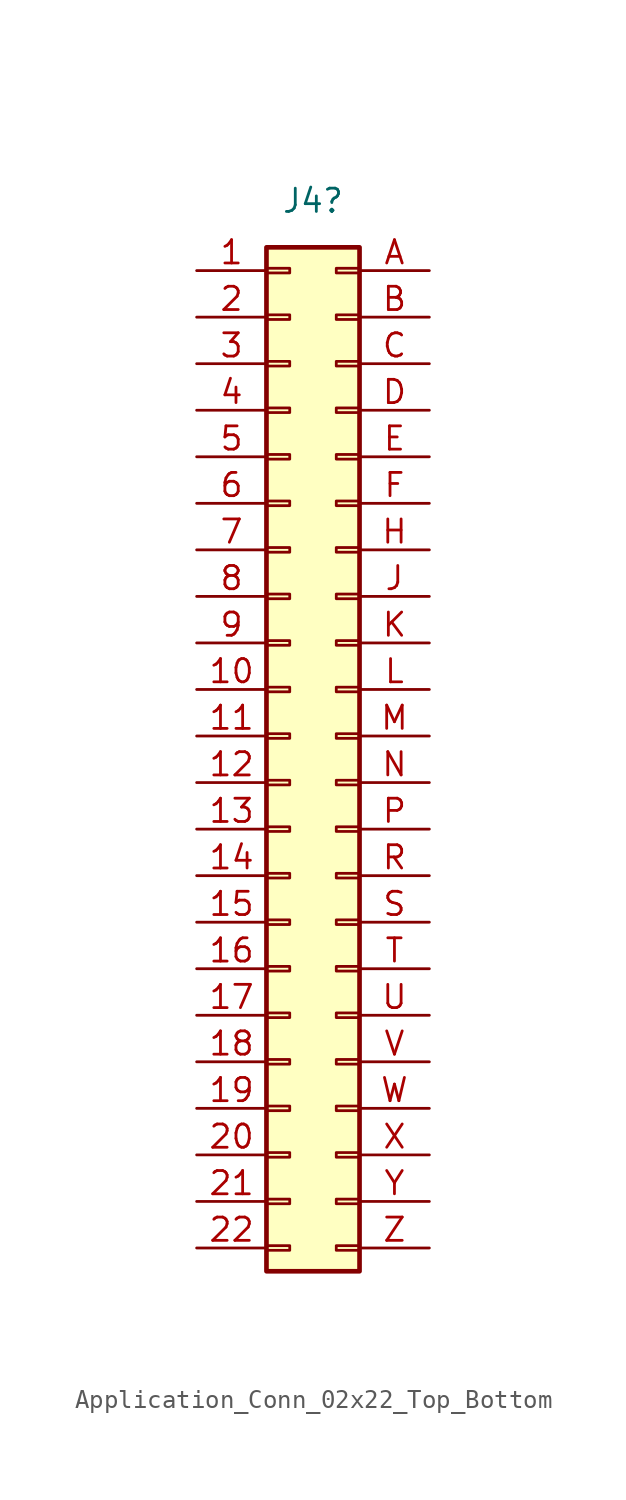
<source format=kicad_sym>
(kicad_symbol_lib
  (version 20231120)
  (generator "kicad_symbol_editor")
  (generator_version "8.0")
  (symbol "Application_Conn_02x22_Top_Bottom"
    (pin_names
      (offset 1.016) hide)
    (property "Reference" "J4"
      (at 1.27 29.21 0)
      (effects (font (size 1.27 1.27))))
    (symbol "Application_Conn_02x22_Top_Bottom_1_1"
      (rectangle (start -1.27 -27.813) (end 0 -28.067) (stroke (width 0.152) (type default)) (fill (type none)))
      (rectangle (start -1.27 -25.273) (end 0 -25.527) (stroke (width 0.152) (type default)) (fill (type none)))
      (rectangle (start -1.27 -22.733) (end 0 -22.987) (stroke (width 0.152) (type default)) (fill (type none)))
      (rectangle (start -1.27 -20.193) (end 0 -20.447) (stroke (width 0.152) (type default)) (fill (type none)))
      (rectangle (start -1.27 -17.653) (end 0 -17.907) (stroke (width 0.152) (type default)) (fill (type none)))
      (rectangle (start -1.27 -15.113) (end 0 -15.367) (stroke (width 0.152) (type default)) (fill (type none)))
      (rectangle (start -1.27 -12.573) (end 0 -12.827) (stroke (width 0.152) (type default)) (fill (type none)))
      (rectangle (start -1.27 -10.033) (end 0 -10.287) (stroke (width 0.152) (type default)) (fill (type none)))
      (rectangle (start -1.27 -7.493) (end 0 -7.747) (stroke (width 0.152) (type default)) (fill (type none)))
      (rectangle (start -1.27 -4.953) (end 0 -5.207) (stroke (width 0.152) (type default)) (fill (type none)))
      (rectangle (start -1.27 -2.413) (end 0 -2.667) (stroke (width 0.152) (type default)) (fill (type none)))
      (rectangle (start -1.27 0.127) (end 0 -0.127) (stroke (width 0.152) (type default)) (fill (type none)))
      (rectangle (start -1.27 2.667) (end 0 2.413) (stroke (width 0.152) (type default)) (fill (type none)))
      (rectangle (start -1.27 5.207) (end 0 4.953) (stroke (width 0.152) (type default)) (fill (type none)))
      (rectangle (start -1.27 7.747) (end 0 7.493) (stroke (width 0.152) (type default)) (fill (type none)))
      (rectangle (start -1.27 10.287) (end 0 10.033) (stroke (width 0.152) (type default)) (fill (type none)))
      (rectangle (start -1.27 12.827) (end 0 12.573) (stroke (width 0.152) (type default)) (fill (type none)))
      (rectangle (start -1.27 15.367) (end 0 15.113) (stroke (width 0.152) (type default)) (fill (type none)))
      (rectangle (start -1.27 17.907) (end 0 17.653) (stroke (width 0.152) (type default)) (fill (type none)))
      (rectangle (start -1.27 20.447) (end 0 20.193) (stroke (width 0.152) (type default)) (fill (type none)))
      (rectangle (start -1.27 22.987) (end 0 22.733) (stroke (width 0.152) (type default)) (fill (type none)))
      (rectangle (start -1.27 25.527) (end 0 25.273) (stroke (width 0.152) (type default)) (fill (type none)))
      (rectangle (start -1.27 26.67) (end 3.81 -29.21) (stroke (width 0.254) (type default)) (fill (type background)))
      (rectangle (start 3.81 -27.813) (end 2.54 -28.067) (stroke (width 0.152) (type default)) (fill (type none)))
      (rectangle (start 3.81 -25.273) (end 2.54 -25.527) (stroke (width 0.152) (type default)) (fill (type none)))
      (rectangle (start 3.81 -22.733) (end 2.54 -22.987) (stroke (width 0.152) (type default)) (fill (type none)))
      (rectangle (start 3.81 -20.193) (end 2.54 -20.447) (stroke (width 0.152) (type default)) (fill (type none)))
      (rectangle (start 3.81 -17.653) (end 2.54 -17.907) (stroke (width 0.152) (type default)) (fill (type none)))
      (rectangle (start 3.81 -15.113) (end 2.54 -15.367) (stroke (width 0.152) (type default)) (fill (type none)))
      (rectangle (start 3.81 -12.573) (end 2.54 -12.827) (stroke (width 0.152) (type default)) (fill (type none)))
      (rectangle (start 3.81 -10.033) (end 2.54 -10.287) (stroke (width 0.152) (type default)) (fill (type none)))
      (rectangle (start 3.81 -7.493) (end 2.54 -7.747) (stroke (width 0.152) (type default)) (fill (type none)))
      (rectangle (start 3.81 -4.953) (end 2.54 -5.207) (stroke (width 0.152) (type default)) (fill (type none)))
      (rectangle (start 3.81 -2.413) (end 2.54 -2.667) (stroke (width 0.152) (type default)) (fill (type none)))
      (rectangle (start 3.81 0.127) (end 2.54 -0.127) (stroke (width 0.152) (type default)) (fill (type none)))
      (rectangle (start 3.81 2.667) (end 2.54 2.413) (stroke (width 0.152) (type default)) (fill (type none)))
      (rectangle (start 3.81 5.207) (end 2.54 4.953) (stroke (width 0.152) (type default)) (fill (type none)))
      (rectangle (start 3.81 7.747) (end 2.54 7.493) (stroke (width 0.152) (type default)) (fill (type none)))
      (rectangle (start 3.81 10.287) (end 2.54 10.033) (stroke (width 0.152) (type default)) (fill (type none)))
      (rectangle (start 3.81 12.827) (end 2.54 12.573) (stroke (width 0.152) (type default)) (fill (type none)))
      (rectangle (start 3.81 15.367) (end 2.54 15.113) (stroke (width 0.152) (type default)) (fill (type none)))
      (rectangle (start 3.81 17.907) (end 2.54 17.653) (stroke (width 0.152) (type default)) (fill (type none)))
      (rectangle (start 3.81 20.447) (end 2.54 20.193) (stroke (width 0.152) (type default)) (fill (type none)))
      (rectangle (start 3.81 22.987) (end 2.54 22.733) (stroke (width 0.152) (type default)) (fill (type none)))
      (rectangle (start 3.81 25.527) (end 2.54 25.273) (stroke (width 0.152) (type default)) (fill (type none)))
      (pin power_out line (at -5.08 25.4 0) (length 3.81) (name "Pin_1" (effects (font (size 1.27 1.27)))) (number "1" (effects (font (size 1.27 1.27)))))
      (pin bidirectional line (at -5.08 2.54 0) (length 3.81) (name "Pin_10" (effects (font (size 1.27 1.27)))) (number "10" (effects (font (size 1.27 1.27)))))
      (pin bidirectional line (at -5.08 0 0) (length 3.81) (name "Pin_11" (effects (font (size 1.27 1.27)))) (number "11" (effects (font (size 1.27 1.27)))))
      (pin bidirectional line (at -5.08 -2.54 0) (length 3.81) (name "Pin_12" (effects (font (size 1.27 1.27)))) (number "12" (effects (font (size 1.27 1.27)))))
      (pin bidirectional line (at -5.08 -5.08 0) (length 3.81) (name "Pin_13" (effects (font (size 1.27 1.27)))) (number "13" (effects (font (size 1.27 1.27)))))
      (pin bidirectional line (at -5.08 -7.62 0) (length 3.81) (name "Pin_14" (effects (font (size 1.27 1.27)))) (number "14" (effects (font (size 1.27 1.27)))))
      (pin bidirectional line (at -5.08 -10.16 0) (length 3.81) (name "Pin_15" (effects (font (size 1.27 1.27)))) (number "15" (effects (font (size 1.27 1.27)))))
      (pin bidirectional line (at -5.08 -12.7 0) (length 3.81) (name "Pin_16" (effects (font (size 1.27 1.27)))) (number "16" (effects (font (size 1.27 1.27)))))
      (pin bidirectional line (at -5.08 -15.24 0) (length 3.81) (name "Pin_17" (effects (font (size 1.27 1.27)))) (number "17" (effects (font (size 1.27 1.27)))))
      (pin bidirectional line (at -5.08 -17.78 0) (length 3.81) (name "Pin_18" (effects (font (size 1.27 1.27)))) (number "18" (effects (font (size 1.27 1.27)))))
      (pin bidirectional line (at -5.08 -20.32 0) (length 3.81) (name "Pin_19" (effects (font (size 1.27 1.27)))) (number "19" (effects (font (size 1.27 1.27)))))
      (pin bidirectional line (at -5.08 22.86 0) (length 3.81) (name "Pin_2" (effects (font (size 1.27 1.27)))) (number "2" (effects (font (size 1.27 1.27)))))
      (pin bidirectional line (at -5.08 -22.86 0) (length 3.81) (name "Pin_20" (effects (font (size 1.27 1.27)))) (number "20" (effects (font (size 1.27 1.27)))))
      (pin bidirectional line (at -5.08 -25.4 0) (length 3.81) (name "Pin_21" (effects (font (size 1.27 1.27)))) (number "21" (effects (font (size 1.27 1.27)))))
      (pin bidirectional line (at -5.08 -27.94 0) (length 3.81) (name "Pin_22" (effects (font (size 1.27 1.27)))) (number "22" (effects (font (size 1.27 1.27)))))
      (pin bidirectional line (at -5.08 20.32 0) (length 3.81) (name "Pin_3" (effects (font (size 1.27 1.27)))) (number "3" (effects (font (size 1.27 1.27)))))
      (pin bidirectional line (at -5.08 17.78 0) (length 3.81) (name "Pin_4" (effects (font (size 1.27 1.27)))) (number "4" (effects (font (size 1.27 1.27)))))
      (pin bidirectional line (at -5.08 15.24 0) (length 3.81) (name "Pin_5" (effects (font (size 1.27 1.27)))) (number "5" (effects (font (size 1.27 1.27)))))
      (pin bidirectional line (at -5.08 12.7 0) (length 3.81) (name "Pin_6" (effects (font (size 1.27 1.27)))) (number "6" (effects (font (size 1.27 1.27)))))
      (pin bidirectional line (at -5.08 10.16 0) (length 3.81) (name "Pin_7" (effects (font (size 1.27 1.27)))) (number "7" (effects (font (size 1.27 1.27)))))
      (pin bidirectional line (at -5.08 7.62 0) (length 3.81) (name "Pin_8" (effects (font (size 1.27 1.27)))) (number "8" (effects (font (size 1.27 1.27)))))
      (pin bidirectional line (at -5.08 5.08 0) (length 3.81) (name "Pin_9" (effects (font (size 1.27 1.27)))) (number "9" (effects (font (size 1.27 1.27)))))
      (pin bidirectional line (at 7.62 25.4 180) (length 3.81) (name "Pin_A" (effects (font (size 1.27 1.27)))) (number "A" (effects (font (size 1.27 1.27)))))
      (pin bidirectional line (at 7.62 22.86 180) (length 3.81) (name "Pin_B" (effects (font (size 1.27 1.27)))) (number "B" (effects (font (size 1.27 1.27)))))
      (pin bidirectional line (at 7.62 20.32 180) (length 3.81) (name "Pin_C" (effects (font (size 1.27 1.27)))) (number "C" (effects (font (size 1.27 1.27)))))
      (pin bidirectional line (at 7.62 17.78 180) (length 3.81) (name "Pin_D" (effects (font (size 1.27 1.27)))) (number "D" (effects (font (size 1.27 1.27)))))
      (pin bidirectional line (at 7.62 15.24 180) (length 3.81) (name "Pin_E" (effects (font (size 1.27 1.27)))) (number "E" (effects (font (size 1.27 1.27)))))
      (pin bidirectional line (at 7.62 12.7 180) (length 3.81) (name "Pin_F" (effects (font (size 1.27 1.27)))) (number "F" (effects (font (size 1.27 1.27)))))
      (pin bidirectional line (at 7.62 10.16 180) (length 3.81) (name "Pin_H" (effects (font (size 1.27 1.27)))) (number "H" (effects (font (size 1.27 1.27)))))
      (pin bidirectional line (at 7.62 7.62 180) (length 3.81) (name "Pin_J" (effects (font (size 1.27 1.27)))) (number "J" (effects (font (size 1.27 1.27)))))
      (pin bidirectional line (at 7.62 5.08 180) (length 3.81) (name "Pin_K" (effects (font (size 1.27 1.27)))) (number "K" (effects (font (size 1.27 1.27)))))
      (pin bidirectional line (at 7.62 2.54 180) (length 3.81) (name "Pin_L" (effects (font (size 1.27 1.27)))) (number "L" (effects (font (size 1.27 1.27)))))
      (pin bidirectional line (at 7.62 0 180) (length 3.81) (name "Pin_M" (effects (font (size 1.27 1.27)))) (number "M" (effects (font (size 1.27 1.27)))))
      (pin bidirectional line (at 7.62 -2.54 180) (length 3.81) (name "Pin_N" (effects (font (size 1.27 1.27)))) (number "N" (effects (font (size 1.27 1.27)))))
      (pin bidirectional line (at 7.62 -5.08 180) (length 3.81) (name "Pin_P" (effects (font (size 1.27 1.27)))) (number "P" (effects (font (size 1.27 1.27)))))
      (pin bidirectional line (at 7.62 -7.62 180) (length 3.81) (name "Pin_R" (effects (font (size 1.27 1.27)))) (number "R" (effects (font (size 1.27 1.27)))))
      (pin bidirectional line (at 7.62 -10.16 180) (length 3.81) (name "Pin_S" (effects (font (size 1.27 1.27)))) (number "S" (effects (font (size 1.27 1.27)))))
      (pin bidirectional line (at 7.62 -12.7 180) (length 3.81) (name "Pin_T" (effects (font (size 1.27 1.27)))) (number "T" (effects (font (size 1.27 1.27)))))
      (pin bidirectional line (at 7.62 -15.24 180) (length 3.81) (name "Pin_U" (effects (font (size 1.27 1.27)))) (number "U" (effects (font (size 1.27 1.27)))))
      (pin bidirectional line (at 7.62 -17.78 180) (length 3.81) (name "Pin_V" (effects (font (size 1.27 1.27)))) (number "V" (effects (font (size 1.27 1.27)))))
      (pin bidirectional line (at 7.62 -20.32 180) (length 3.81) (name "Pin_W" (effects (font (size 1.27 1.27)))) (number "W" (effects (font (size 1.27 1.27)))))
      (pin bidirectional line (at 7.62 -22.86 180) (length 3.81) (name "Pin_X" (effects (font (size 1.27 1.27)))) (number "X" (effects (font (size 1.27 1.27)))))
      (pin bidirectional line (at 7.62 -25.4 180) (length 3.81) (name "Pin_Y" (effects (font (size 1.27 1.27)))) (number "Y" (effects (font (size 1.27 1.27)))))
      (pin bidirectional line (at 7.62 -27.94 180) (length 3.81) (name "Pin_Z" (effects (font (size 1.27 1.27)))) (number "Z" (effects (font (size 1.27 1.27))))))))
</source>
